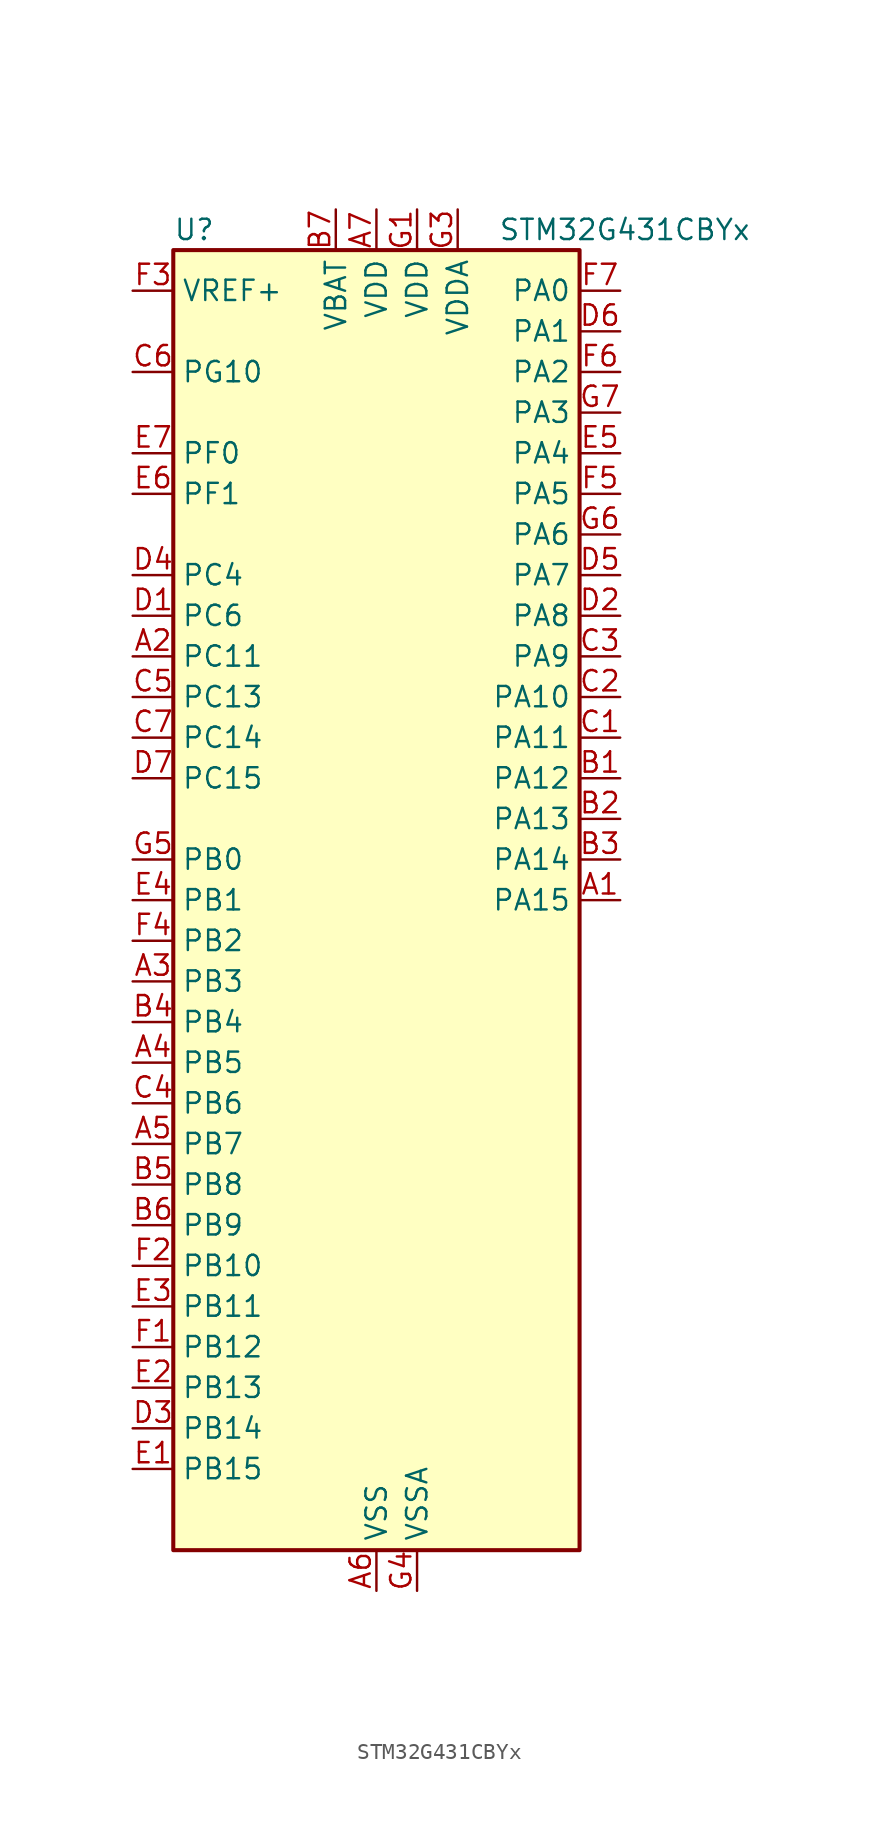
<source format=kicad_sym>
(kicad_symbol_lib
  (version 20220914)
  (generator kicad_symbol_editor)
  (symbol "STM32G431CBYx"
    (property "Reference" "U"
      (at -12.7 41.91 0)
      (effects (font (size 1.27 1.27)) (justify left)))
    (property "Value" "STM32G431CBYx"
      (at 7.62 41.91 0)
      (effects (font (size 1.27 1.27)) (justify left)))
    (property "ki_locked" ""
      (at 0 0 0)
      (effects (font (size 1.27 1.27))))
    (symbol "STM32G431CBYx_0_1"
      (rectangle (start -12.7 -40.64) (end 12.7 40.64) (stroke (width 0.254) (type default)) (fill (type background))))
    (symbol "STM32G431CBYx_1_1"
      (pin bidirectional line (at 15.24 0 180) (length 2.54) (name "PA15" (effects (font (size 1.27 1.27)))) (number "A1" (effects (font (size 1.27 1.27)))) (alternate "ADC1_EXTI15" bidirectional line) (alternate "ADC2_EXTI15" bidirectional line) (alternate "I2C1_SCL" bidirectional line) (alternate "I2S3_WS" bidirectional line) (alternate "SPI1_NSS" bidirectional line) (alternate "SPI3_NSS" bidirectional line) (alternate "SYS_JTDI" bidirectional line) (alternate "TIM1_BKIN" bidirectional line) (alternate "TIM2_CH1" bidirectional line) (alternate "TIM2_ETR" bidirectional line) (alternate "TIM8_CH1" bidirectional line) (alternate "USART2_RX" bidirectional line))
      (pin bidirectional line (at -15.24 15.24 0) (length 2.54) (name "PC11" (effects (font (size 1.27 1.27)))) (number "A2" (effects (font (size 1.27 1.27)))) (alternate "ADC1_EXTI11" bidirectional line) (alternate "ADC2_EXTI11" bidirectional line) (alternate "I2C3_SDA" bidirectional line) (alternate "SPI3_MISO" bidirectional line) (alternate "TIM8_CH2N" bidirectional line) (alternate "USART3_RX" bidirectional line))
      (pin bidirectional line (at -15.24 -5.08 0) (length 2.54) (name "PB3" (effects (font (size 1.27 1.27)))) (number "A3" (effects (font (size 1.27 1.27)))) (alternate "CRS_SYNC" bidirectional line) (alternate "I2S3_CK" bidirectional line) (alternate "SAI1_SCK_B" bidirectional line) (alternate "SPI1_SCK" bidirectional line) (alternate "SPI3_SCK" bidirectional line) (alternate "SYS_JTDO-SWO" bidirectional line) (alternate "TIM2_CH2" bidirectional line) (alternate "TIM3_ETR" bidirectional line) (alternate "TIM4_ETR" bidirectional line) (alternate "TIM8_CH1N" bidirectional line) (alternate "USART2_TX" bidirectional line))
      (pin bidirectional line (at -15.24 -10.16 0) (length 2.54) (name "PB5" (effects (font (size 1.27 1.27)))) (number "A4" (effects (font (size 1.27 1.27)))) (alternate "I2C1_SMBA" bidirectional line) (alternate "I2C3_SDA" bidirectional line) (alternate "I2S3_SD" bidirectional line) (alternate "LPTIM1_IN1" bidirectional line) (alternate "SAI1_SD_B" bidirectional line) (alternate "SPI1_MOSI" bidirectional line) (alternate "SPI3_MOSI" bidirectional line) (alternate "TIM16_BKIN" bidirectional line) (alternate "TIM17_CH1" bidirectional line) (alternate "TIM3_CH2" bidirectional line) (alternate "TIM8_CH3N" bidirectional line) (alternate "USART2_CK" bidirectional line))
      (pin bidirectional line (at -15.24 -15.24 0) (length 2.54) (name "PB7" (effects (font (size 1.27 1.27)))) (number "A5" (effects (font (size 1.27 1.27)))) (alternate "COMP3_OUT" bidirectional line) (alternate "I2C1_SDA" bidirectional line) (alternate "LPTIM1_IN2" bidirectional line) (alternate "SYS_PVD_IN" bidirectional line) (alternate "TIM17_CH1N" bidirectional line) (alternate "TIM3_CH4" bidirectional line) (alternate "TIM4_CH2" bidirectional line) (alternate "TIM8_BKIN" bidirectional line) (alternate "USART1_RX" bidirectional line))
      (pin power_in line (at 0 -43.18 90) (length 2.54) (name "VSS" (effects (font (size 1.27 1.27)))) (number "A6" (effects (font (size 1.27 1.27)))))
      (pin power_in line (at 0 43.18 270) (length 2.54) (name "VDD" (effects (font (size 1.27 1.27)))) (number "A7" (effects (font (size 1.27 1.27)))))
      (pin bidirectional line (at 15.24 7.62 180) (length 2.54) (name "PA12" (effects (font (size 1.27 1.27)))) (number "B1" (effects (font (size 1.27 1.27)))) (alternate "COMP2_OUT" bidirectional line) (alternate "FDCAN1_TX" bidirectional line) (alternate "I2S_CKIN" bidirectional line) (alternate "TIM16_CH1" bidirectional line) (alternate "TIM1_CH2N" bidirectional line) (alternate "TIM1_ETR" bidirectional line) (alternate "TIM4_CH2" bidirectional line) (alternate "USART1_DE" bidirectional line) (alternate "USART1_RTS" bidirectional line) (alternate "USB_DP" bidirectional line))
      (pin bidirectional line (at 15.24 5.08 180) (length 2.54) (name "PA13" (effects (font (size 1.27 1.27)))) (number "B2" (effects (font (size 1.27 1.27)))) (alternate "I2C1_SCL" bidirectional line) (alternate "IR_OUT" bidirectional line) (alternate "SAI1_SD_B" bidirectional line) (alternate "SYS_JTMS-SWDIO" bidirectional line) (alternate "TIM16_CH1N" bidirectional line) (alternate "TIM4_CH3" bidirectional line) (alternate "USART3_CTS" bidirectional line) (alternate "USART3_NSS" bidirectional line))
      (pin bidirectional line (at 15.24 2.54 180) (length 2.54) (name "PA14" (effects (font (size 1.27 1.27)))) (number "B3" (effects (font (size 1.27 1.27)))) (alternate "I2C1_SDA" bidirectional line) (alternate "LPTIM1_OUT" bidirectional line) (alternate "SAI1_FS_B" bidirectional line) (alternate "SYS_JTCK-SWCLK" bidirectional line) (alternate "TIM1_BKIN" bidirectional line) (alternate "TIM8_CH2" bidirectional line) (alternate "USART2_TX" bidirectional line))
      (pin bidirectional line (at -15.24 -7.62 0) (length 2.54) (name "PB4" (effects (font (size 1.27 1.27)))) (number "B4" (effects (font (size 1.27 1.27)))) (alternate "SAI1_MCLK_B" bidirectional line) (alternate "SPI1_MISO" bidirectional line) (alternate "SPI3_MISO" bidirectional line) (alternate "SYS_JTRST" bidirectional line) (alternate "TIM16_CH1" bidirectional line) (alternate "TIM17_BKIN" bidirectional line) (alternate "TIM3_CH1" bidirectional line) (alternate "TIM8_CH2N" bidirectional line) (alternate "UCPD1_CC2" bidirectional line) (alternate "USART2_RX" bidirectional line))
      (pin bidirectional line (at -15.24 -17.78 0) (length 2.54) (name "PB8" (effects (font (size 1.27 1.27)))) (number "B5" (effects (font (size 1.27 1.27)))) (alternate "COMP1_OUT" bidirectional line) (alternate "FDCAN1_RX" bidirectional line) (alternate "I2C1_SCL" bidirectional line) (alternate "SAI1_CK1" bidirectional line) (alternate "SAI1_MCLK_A" bidirectional line) (alternate "TIM16_CH1" bidirectional line) (alternate "TIM1_BKIN" bidirectional line) (alternate "TIM4_CH3" bidirectional line) (alternate "TIM8_CH2" bidirectional line) (alternate "USART3_RX" bidirectional line))
      (pin bidirectional line (at -15.24 -20.32 0) (length 2.54) (name "PB9" (effects (font (size 1.27 1.27)))) (number "B6" (effects (font (size 1.27 1.27)))) (alternate "COMP2_OUT" bidirectional line) (alternate "DAC1_EXTI9" bidirectional line) (alternate "DAC3_EXTI9" bidirectional line) (alternate "FDCAN1_TX" bidirectional line) (alternate "I2C1_SDA" bidirectional line) (alternate "IR_OUT" bidirectional line) (alternate "SAI1_D2" bidirectional line) (alternate "SAI1_FS_A" bidirectional line) (alternate "TIM17_CH1" bidirectional line) (alternate "TIM1_CH3N" bidirectional line) (alternate "TIM4_CH4" bidirectional line) (alternate "TIM8_CH3" bidirectional line) (alternate "USART3_TX" bidirectional line))
      (pin power_in line (at -2.54 43.18 270) (length 2.54) (name "VBAT" (effects (font (size 1.27 1.27)))) (number "B7" (effects (font (size 1.27 1.27)))))
      (pin bidirectional line (at 15.24 10.16 180) (length 2.54) (name "PA11" (effects (font (size 1.27 1.27)))) (number "C1" (effects (font (size 1.27 1.27)))) (alternate "ADC1_EXTI11" bidirectional line) (alternate "ADC2_EXTI11" bidirectional line) (alternate "COMP1_OUT" bidirectional line) (alternate "FDCAN1_RX" bidirectional line) (alternate "I2S2_SD" bidirectional line) (alternate "SPI2_MOSI" bidirectional line) (alternate "TIM1_BKIN2" bidirectional line) (alternate "TIM1_CH1N" bidirectional line) (alternate "TIM1_CH4" bidirectional line) (alternate "TIM4_CH1" bidirectional line) (alternate "USART1_CTS" bidirectional line) (alternate "USART1_NSS" bidirectional line) (alternate "USB_DM" bidirectional line))
      (pin bidirectional line (at 15.24 12.7 180) (length 2.54) (name "PA10" (effects (font (size 1.27 1.27)))) (number "C2" (effects (font (size 1.27 1.27)))) (alternate "CRS_SYNC" bidirectional line) (alternate "DAC1_EXTI10" bidirectional line) (alternate "DAC3_EXTI10" bidirectional line) (alternate "I2C2_SMBA" bidirectional line) (alternate "SAI1_D1" bidirectional line) (alternate "SAI1_SD_A" bidirectional line) (alternate "SPI2_MISO" bidirectional line) (alternate "TIM17_BKIN" bidirectional line) (alternate "TIM1_CH3" bidirectional line) (alternate "TIM2_CH4" bidirectional line) (alternate "TIM8_BKIN" bidirectional line) (alternate "UCPD1_DBCC2" bidirectional line) (alternate "USART1_RX" bidirectional line))
      (pin bidirectional line (at 15.24 15.24 180) (length 2.54) (name "PA9" (effects (font (size 1.27 1.27)))) (number "C3" (effects (font (size 1.27 1.27)))) (alternate "DAC1_EXTI9" bidirectional line) (alternate "DAC3_EXTI9" bidirectional line) (alternate "I2C2_SCL" bidirectional line) (alternate "I2C3_SMBA" bidirectional line) (alternate "I2S3_MCK" bidirectional line) (alternate "SAI1_FS_A" bidirectional line) (alternate "TIM15_BKIN" bidirectional line) (alternate "TIM1_CH2" bidirectional line) (alternate "TIM2_CH3" bidirectional line) (alternate "UCPD1_DBCC1" bidirectional line) (alternate "USART1_TX" bidirectional line))
      (pin bidirectional line (at -15.24 -12.7 0) (length 2.54) (name "PB6" (effects (font (size 1.27 1.27)))) (number "C4" (effects (font (size 1.27 1.27)))) (alternate "COMP4_OUT" bidirectional line) (alternate "LPTIM1_ETR" bidirectional line) (alternate "SAI1_FS_B" bidirectional line) (alternate "TIM16_CH1N" bidirectional line) (alternate "TIM4_CH1" bidirectional line) (alternate "TIM8_BKIN2" bidirectional line) (alternate "TIM8_CH1" bidirectional line) (alternate "TIM8_ETR" bidirectional line) (alternate "UCPD1_CC1" bidirectional line) (alternate "USART1_TX" bidirectional line))
      (pin bidirectional line (at -15.24 12.7 0) (length 2.54) (name "PC13" (effects (font (size 1.27 1.27)))) (number "C5" (effects (font (size 1.27 1.27)))) (alternate "RTC_OUT1" bidirectional line) (alternate "RTC_TAMP1" bidirectional line) (alternate "RTC_TS" bidirectional line) (alternate "SYS_WKUP2" bidirectional line) (alternate "TIM1_BKIN" bidirectional line) (alternate "TIM1_CH1N" bidirectional line) (alternate "TIM8_CH4N" bidirectional line))
      (pin bidirectional line (at -15.24 33.02 0) (length 2.54) (name "PG10" (effects (font (size 1.27 1.27)))) (number "C6" (effects (font (size 1.27 1.27)))) (alternate "DAC1_EXTI10" bidirectional line) (alternate "DAC3_EXTI10" bidirectional line) (alternate "RCC_MCO" bidirectional line))
      (pin bidirectional line (at -15.24 10.16 0) (length 2.54) (name "PC14" (effects (font (size 1.27 1.27)))) (number "C7" (effects (font (size 1.27 1.27)))) (alternate "RCC_OSC32_IN" bidirectional line))
      (pin bidirectional line (at -15.24 17.78 0) (length 2.54) (name "PC6" (effects (font (size 1.27 1.27)))) (number "D1" (effects (font (size 1.27 1.27)))) (alternate "I2S2_MCK" bidirectional line) (alternate "TIM3_CH1" bidirectional line) (alternate "TIM8_CH1" bidirectional line))
      (pin bidirectional line (at 15.24 17.78 180) (length 2.54) (name "PA8" (effects (font (size 1.27 1.27)))) (number "D2" (effects (font (size 1.27 1.27)))) (alternate "I2C2_SDA" bidirectional line) (alternate "I2C3_SCL" bidirectional line) (alternate "I2S2_MCK" bidirectional line) (alternate "RCC_MCO" bidirectional line) (alternate "SAI1_CK2" bidirectional line) (alternate "SAI1_SCK_A" bidirectional line) (alternate "TIM1_CH1" bidirectional line) (alternate "TIM4_ETR" bidirectional line) (alternate "USART1_CK" bidirectional line))
      (pin bidirectional line (at -15.24 -33.02 0) (length 2.54) (name "PB14" (effects (font (size 1.27 1.27)))) (number "D3" (effects (font (size 1.27 1.27)))) (alternate "ADC1_IN5" bidirectional line) (alternate "COMP4_OUT" bidirectional line) (alternate "OPAMP2_VINP" bidirectional line) (alternate "OPAMP2_VINP_SEC" bidirectional line) (alternate "SPI2_MISO" bidirectional line) (alternate "TIM15_CH1" bidirectional line) (alternate "TIM1_CH2N" bidirectional line) (alternate "USART3_DE" bidirectional line) (alternate "USART3_RTS" bidirectional line))
      (pin bidirectional line (at -15.24 20.32 0) (length 2.54) (name "PC4" (effects (font (size 1.27 1.27)))) (number "D4" (effects (font (size 1.27 1.27)))) (alternate "ADC2_IN5" bidirectional line) (alternate "I2C2_SCL" bidirectional line) (alternate "TIM1_ETR" bidirectional line) (alternate "USART1_TX" bidirectional line))
      (pin bidirectional line (at 15.24 20.32 180) (length 2.54) (name "PA7" (effects (font (size 1.27 1.27)))) (number "D5" (effects (font (size 1.27 1.27)))) (alternate "ADC2_IN4" bidirectional line) (alternate "COMP2_INP" bidirectional line) (alternate "COMP2_OUT" bidirectional line) (alternate "OPAMP1_VINP" bidirectional line) (alternate "OPAMP1_VINP_SEC" bidirectional line) (alternate "OPAMP2_VINP" bidirectional line) (alternate "OPAMP2_VINP_SEC" bidirectional line) (alternate "SPI1_MOSI" bidirectional line) (alternate "TIM17_CH1" bidirectional line) (alternate "TIM1_CH1N" bidirectional line) (alternate "TIM3_CH2" bidirectional line) (alternate "TIM8_CH1N" bidirectional line) (alternate "UCPD1_FRSTX1" bidirectional line) (alternate "UCPD1_FRSTX2" bidirectional line))
      (pin bidirectional line (at 15.24 35.56 180) (length 2.54) (name "PA1" (effects (font (size 1.27 1.27)))) (number "D6" (effects (font (size 1.27 1.27)))) (alternate "ADC1_IN2" bidirectional line) (alternate "ADC2_IN2" bidirectional line) (alternate "COMP1_INP" bidirectional line) (alternate "OPAMP1_VINP" bidirectional line) (alternate "OPAMP1_VINP_SEC" bidirectional line) (alternate "OPAMP3_VINP" bidirectional line) (alternate "OPAMP3_VINP_SEC" bidirectional line) (alternate "RTC_REFIN" bidirectional line) (alternate "TIM15_CH1N" bidirectional line) (alternate "TIM2_CH2" bidirectional line) (alternate "USART2_DE" bidirectional line) (alternate "USART2_RTS" bidirectional line))
      (pin bidirectional line (at -15.24 7.62 0) (length 2.54) (name "PC15" (effects (font (size 1.27 1.27)))) (number "D7" (effects (font (size 1.27 1.27)))) (alternate "ADC1_EXTI15" bidirectional line) (alternate "ADC2_EXTI15" bidirectional line) (alternate "RCC_OSC32_OUT" bidirectional line))
      (pin bidirectional line (at -15.24 -35.56 0) (length 2.54) (name "PB15" (effects (font (size 1.27 1.27)))) (number "E1" (effects (font (size 1.27 1.27)))) (alternate "ADC1_EXTI15" bidirectional line) (alternate "ADC2_EXTI15" bidirectional line) (alternate "ADC2_IN15" bidirectional line) (alternate "COMP3_OUT" bidirectional line) (alternate "I2S2_SD" bidirectional line) (alternate "RTC_REFIN" bidirectional line) (alternate "SPI2_MOSI" bidirectional line) (alternate "TIM15_CH1N" bidirectional line) (alternate "TIM15_CH2" bidirectional line) (alternate "TIM1_CH3N" bidirectional line))
      (pin bidirectional line (at -15.24 -30.48 0) (length 2.54) (name "PB13" (effects (font (size 1.27 1.27)))) (number "E2" (effects (font (size 1.27 1.27)))) (alternate "I2S2_CK" bidirectional line) (alternate "LPUART1_CTS" bidirectional line) (alternate "OPAMP3_VINP" bidirectional line) (alternate "OPAMP3_VINP_SEC" bidirectional line) (alternate "SPI2_SCK" bidirectional line) (alternate "TIM1_CH1N" bidirectional line) (alternate "USART3_CTS" bidirectional line) (alternate "USART3_NSS" bidirectional line))
      (pin bidirectional line (at -15.24 -25.4 0) (length 2.54) (name "PB11" (effects (font (size 1.27 1.27)))) (number "E3" (effects (font (size 1.27 1.27)))) (alternate "ADC1_EXTI11" bidirectional line) (alternate "ADC1_IN14" bidirectional line) (alternate "ADC2_EXTI11" bidirectional line) (alternate "ADC2_IN14" bidirectional line) (alternate "LPUART1_TX" bidirectional line) (alternate "TIM2_CH4" bidirectional line) (alternate "USART3_RX" bidirectional line))
      (pin bidirectional line (at -15.24 0 0) (length 2.54) (name "PB1" (effects (font (size 1.27 1.27)))) (number "E4" (effects (font (size 1.27 1.27)))) (alternate "ADC1_IN12" bidirectional line) (alternate "COMP1_INP" bidirectional line) (alternate "COMP4_OUT" bidirectional line) (alternate "LPUART1_DE" bidirectional line) (alternate "LPUART1_RTS" bidirectional line) (alternate "OPAMP3_VOUT" bidirectional line) (alternate "TIM1_CH3N" bidirectional line) (alternate "TIM3_CH4" bidirectional line) (alternate "TIM8_CH3N" bidirectional line))
      (pin bidirectional line (at 15.24 27.94 180) (length 2.54) (name "PA4" (effects (font (size 1.27 1.27)))) (number "E5" (effects (font (size 1.27 1.27)))) (alternate "ADC2_IN17" bidirectional line) (alternate "COMP1_INM" bidirectional line) (alternate "DAC1_OUT1" bidirectional line) (alternate "I2S3_WS" bidirectional line) (alternate "SAI1_FS_B" bidirectional line) (alternate "SPI1_NSS" bidirectional line) (alternate "SPI3_NSS" bidirectional line) (alternate "TIM3_CH2" bidirectional line) (alternate "USART2_CK" bidirectional line))
      (pin bidirectional line (at -15.24 25.4 0) (length 2.54) (name "PF1" (effects (font (size 1.27 1.27)))) (number "E6" (effects (font (size 1.27 1.27)))) (alternate "ADC2_IN10" bidirectional line) (alternate "COMP3_INM" bidirectional line) (alternate "I2S2_CK" bidirectional line) (alternate "RCC_OSC_OUT" bidirectional line) (alternate "SPI2_SCK" bidirectional line))
      (pin bidirectional line (at -15.24 27.94 0) (length 2.54) (name "PF0" (effects (font (size 1.27 1.27)))) (number "E7" (effects (font (size 1.27 1.27)))) (alternate "ADC1_IN10" bidirectional line) (alternate "I2C2_SDA" bidirectional line) (alternate "I2S2_WS" bidirectional line) (alternate "RCC_OSC_IN" bidirectional line) (alternate "SPI2_NSS" bidirectional line) (alternate "TIM1_CH3N" bidirectional line))
      (pin bidirectional line (at -15.24 -27.94 0) (length 2.54) (name "PB12" (effects (font (size 1.27 1.27)))) (number "F1" (effects (font (size 1.27 1.27)))) (alternate "ADC1_IN11" bidirectional line) (alternate "I2C2_SMBA" bidirectional line) (alternate "I2S2_WS" bidirectional line) (alternate "LPUART1_DE" bidirectional line) (alternate "LPUART1_RTS" bidirectional line) (alternate "SPI2_NSS" bidirectional line) (alternate "TIM1_BKIN" bidirectional line) (alternate "USART3_CK" bidirectional line))
      (pin bidirectional line (at -15.24 -22.86 0) (length 2.54) (name "PB10" (effects (font (size 1.27 1.27)))) (number "F2" (effects (font (size 1.27 1.27)))) (alternate "DAC1_EXTI10" bidirectional line) (alternate "DAC3_EXTI10" bidirectional line) (alternate "LPUART1_RX" bidirectional line) (alternate "OPAMP3_VINM" bidirectional line) (alternate "OPAMP3_VINM1" bidirectional line) (alternate "OPAMP3_VINM_SEC" bidirectional line) (alternate "SAI1_SCK_A" bidirectional line) (alternate "TIM1_BKIN" bidirectional line) (alternate "TIM2_CH3" bidirectional line) (alternate "USART3_TX" bidirectional line))
      (pin input line (at -15.24 38.1 0) (length 2.54) (name "VREF+" (effects (font (size 1.27 1.27)))) (number "F3" (effects (font (size 1.27 1.27)))) (alternate "VREFBUF_OUT" bidirectional line))
      (pin bidirectional line (at -15.24 -2.54 0) (length 2.54) (name "PB2" (effects (font (size 1.27 1.27)))) (number "F4" (effects (font (size 1.27 1.27)))) (alternate "ADC2_IN12" bidirectional line) (alternate "COMP4_INM" bidirectional line) (alternate "I2C3_SMBA" bidirectional line) (alternate "LPTIM1_OUT" bidirectional line) (alternate "OPAMP3_VINM" bidirectional line) (alternate "OPAMP3_VINM0" bidirectional line) (alternate "OPAMP3_VINM_SEC" bidirectional line) (alternate "RTC_OUT2" bidirectional line))
      (pin bidirectional line (at 15.24 25.4 180) (length 2.54) (name "PA5" (effects (font (size 1.27 1.27)))) (number "F5" (effects (font (size 1.27 1.27)))) (alternate "ADC2_IN13" bidirectional line) (alternate "COMP2_INM" bidirectional line) (alternate "DAC1_OUT2" bidirectional line) (alternate "OPAMP2_VINM" bidirectional line) (alternate "OPAMP2_VINM0" bidirectional line) (alternate "OPAMP2_VINM_SEC" bidirectional line) (alternate "SPI1_SCK" bidirectional line) (alternate "TIM2_CH1" bidirectional line) (alternate "TIM2_ETR" bidirectional line) (alternate "UCPD1_FRSTX1" bidirectional line) (alternate "UCPD1_FRSTX2" bidirectional line))
      (pin bidirectional line (at 15.24 33.02 180) (length 2.54) (name "PA2" (effects (font (size 1.27 1.27)))) (number "F6" (effects (font (size 1.27 1.27)))) (alternate "ADC1_IN3" bidirectional line) (alternate "COMP2_INM" bidirectional line) (alternate "COMP2_OUT" bidirectional line) (alternate "LPUART1_TX" bidirectional line) (alternate "OPAMP1_VOUT" bidirectional line) (alternate "RCC_LSCO" bidirectional line) (alternate "SYS_WKUP4" bidirectional line) (alternate "TIM15_CH1" bidirectional line) (alternate "TIM2_CH3" bidirectional line) (alternate "UCPD1_FRSTX1" bidirectional line) (alternate "UCPD1_FRSTX2" bidirectional line) (alternate "USART2_TX" bidirectional line))
      (pin bidirectional line (at 15.24 38.1 180) (length 2.54) (name "PA0" (effects (font (size 1.27 1.27)))) (number "F7" (effects (font (size 1.27 1.27)))) (alternate "ADC1_IN1" bidirectional line) (alternate "ADC2_IN1" bidirectional line) (alternate "COMP1_INM" bidirectional line) (alternate "COMP1_OUT" bidirectional line) (alternate "COMP3_INP" bidirectional line) (alternate "RTC_TAMP2" bidirectional line) (alternate "SYS_WKUP1" bidirectional line) (alternate "TIM2_CH1" bidirectional line) (alternate "TIM2_ETR" bidirectional line) (alternate "TIM8_BKIN" bidirectional line) (alternate "TIM8_ETR" bidirectional line) (alternate "USART2_CTS" bidirectional line) (alternate "USART2_NSS" bidirectional line))
      (pin power_in line (at 2.54 43.18 270) (length 2.54) (name "VDD" (effects (font (size 1.27 1.27)))) (number "G1" (effects (font (size 1.27 1.27)))))
      (pin passive line (at 0 -43.18 90) (length 2.54) hide (name "VSS" (effects (font (size 1.27 1.27)))) (number "G2" (effects (font (size 1.27 1.27)))))
      (pin power_in line (at 5.08 43.18 270) (length 2.54) (name "VDDA" (effects (font (size 1.27 1.27)))) (number "G3" (effects (font (size 1.27 1.27)))))
      (pin power_in line (at 2.54 -43.18 90) (length 2.54) (name "VSSA" (effects (font (size 1.27 1.27)))) (number "G4" (effects (font (size 1.27 1.27)))))
      (pin bidirectional line (at -15.24 2.54 0) (length 2.54) (name "PB0" (effects (font (size 1.27 1.27)))) (number "G5" (effects (font (size 1.27 1.27)))) (alternate "ADC1_IN15" bidirectional line) (alternate "COMP4_INP" bidirectional line) (alternate "OPAMP2_VINP" bidirectional line) (alternate "OPAMP2_VINP_SEC" bidirectional line) (alternate "OPAMP3_VINP" bidirectional line) (alternate "OPAMP3_VINP_SEC" bidirectional line) (alternate "TIM1_CH2N" bidirectional line) (alternate "TIM3_CH3" bidirectional line) (alternate "TIM8_CH2N" bidirectional line) (alternate "UCPD1_FRSTX1" bidirectional line) (alternate "UCPD1_FRSTX2" bidirectional line))
      (pin bidirectional line (at 15.24 22.86 180) (length 2.54) (name "PA6" (effects (font (size 1.27 1.27)))) (number "G6" (effects (font (size 1.27 1.27)))) (alternate "ADC2_IN3" bidirectional line) (alternate "COMP1_OUT" bidirectional line) (alternate "LPUART1_CTS" bidirectional line) (alternate "OPAMP2_VOUT" bidirectional line) (alternate "SPI1_MISO" bidirectional line) (alternate "TIM16_CH1" bidirectional line) (alternate "TIM1_BKIN" bidirectional line) (alternate "TIM3_CH1" bidirectional line) (alternate "TIM8_BKIN" bidirectional line))
      (pin bidirectional line (at 15.24 30.48 180) (length 2.54) (name "PA3" (effects (font (size 1.27 1.27)))) (number "G7" (effects (font (size 1.27 1.27)))) (alternate "ADC1_IN4" bidirectional line) (alternate "COMP2_INP" bidirectional line) (alternate "LPUART1_RX" bidirectional line) (alternate "OPAMP1_VINM" bidirectional line) (alternate "OPAMP1_VINM0" bidirectional line) (alternate "OPAMP1_VINM_SEC" bidirectional line) (alternate "OPAMP1_VINP" bidirectional line) (alternate "OPAMP1_VINP_SEC" bidirectional line) (alternate "SAI1_CK1" bidirectional line) (alternate "SAI1_MCLK_A" bidirectional line) (alternate "TIM15_CH2" bidirectional line) (alternate "TIM2_CH4" bidirectional line) (alternate "USART2_RX" bidirectional line)))))
</source>
